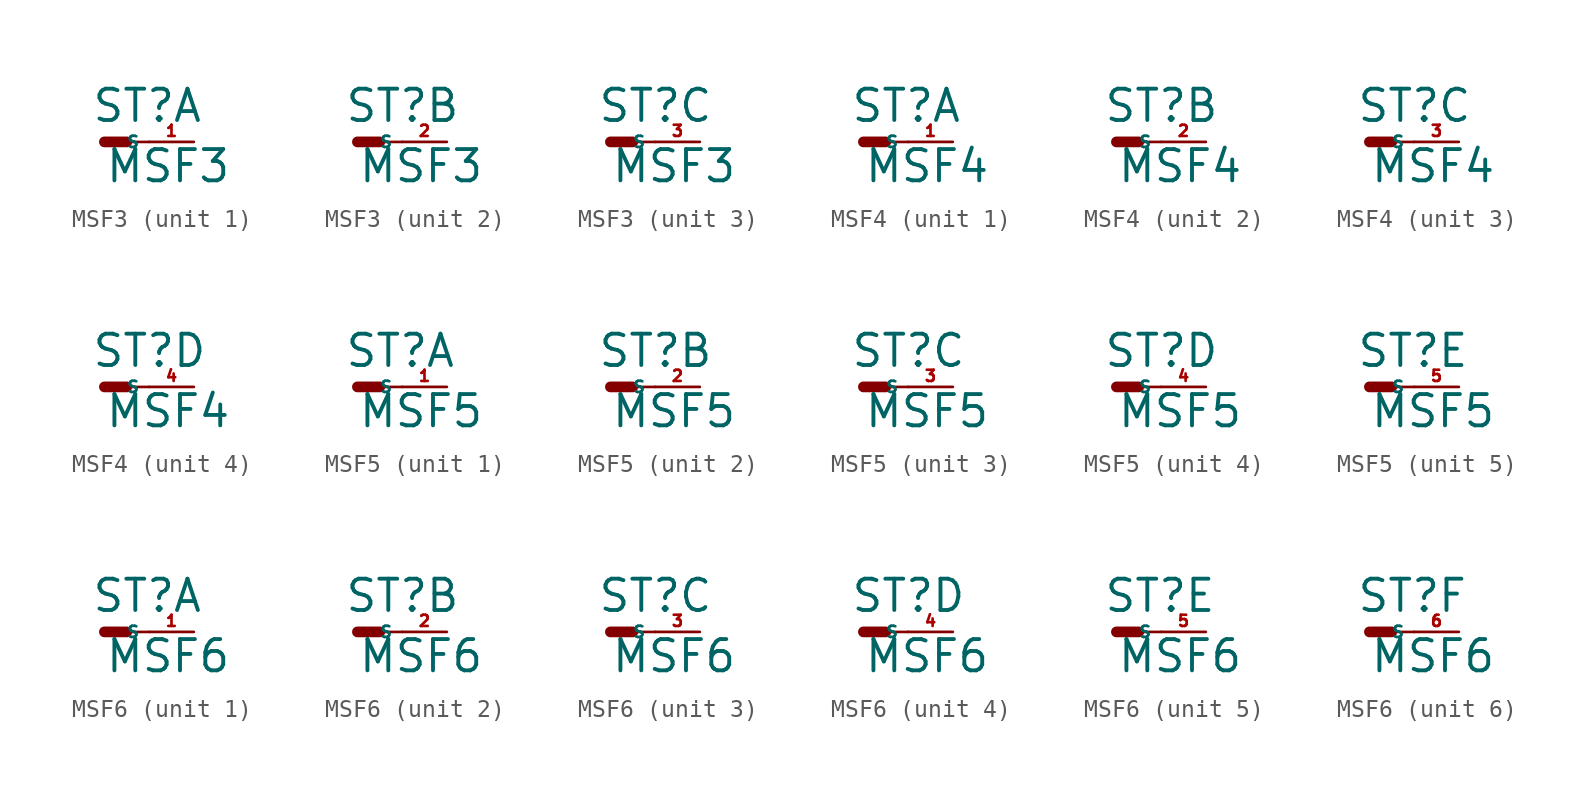
<source format=kicad_sym>
(kicad_symbol_lib
  (version 20220914)
  (generator Eagle2Kicad)
  (symbol "MSF3"
    (property "Reference" "ST"
      (at -0.762 1.016 0)
      (effects (font (size 1.778 1.778) (thickness 0.22)) (justify left bottom)))
    (property "Value" "MSF3"
      (at 0 -2.413 0)
      (effects (font (size 1.778 1.778) (thickness 0.22)) (justify left bottom)))
    (symbol "MSF3_1_0"
      (polyline (pts (xy 1.27 0) (xy 2.54 0)) (stroke (width 0.152) (type default)) (fill (type none)))
      (polyline (pts (xy 0 0) (xy 1.27 0)) (stroke (width 0.61) (type default)) (fill (type none)))
      (pin passive line (at 5.08 0 180) (length 2.54) (name "S" (effects (font (size 0.635 0.635) (thickness 0.08)) (justify left bottom))) (number "1" (effects (font (size 0.635 0.635) (thickness 0.08)) (justify left bottom)))))
    (symbol "MSF3_2_0"
      (polyline (pts (xy 1.27 0) (xy 2.54 0)) (stroke (width 0.152) (type default)) (fill (type none)))
      (polyline (pts (xy 0 0) (xy 1.27 0)) (stroke (width 0.61) (type default)) (fill (type none)))
      (pin passive line (at 5.08 0 180) (length 2.54) (name "S" (effects (font (size 0.635 0.635) (thickness 0.08)) (justify left bottom))) (number "2" (effects (font (size 0.635 0.635) (thickness 0.08)) (justify left bottom)))))
    (symbol "MSF3_3_0"
      (polyline (pts (xy 1.27 0) (xy 2.54 0)) (stroke (width 0.152) (type default)) (fill (type none)))
      (polyline (pts (xy 0 0) (xy 1.27 0)) (stroke (width 0.61) (type default)) (fill (type none)))
      (pin passive line (at 5.08 0 180) (length 2.54) (name "S" (effects (font (size 0.635 0.635) (thickness 0.08)) (justify left bottom))) (number "3" (effects (font (size 0.635 0.635) (thickness 0.08)) (justify left bottom))))))
  (symbol "MSF4"
    (property "Reference" "ST"
      (at -0.762 1.016 0)
      (effects (font (size 1.778 1.778) (thickness 0.22)) (justify left bottom)))
    (property "Value" "MSF4"
      (at 0 -2.413 0)
      (effects (font (size 1.778 1.778) (thickness 0.22)) (justify left bottom)))
    (symbol "MSF4_1_0"
      (polyline (pts (xy 1.27 0) (xy 2.54 0)) (stroke (width 0.152) (type default)) (fill (type none)))
      (polyline (pts (xy 0 0) (xy 1.27 0)) (stroke (width 0.61) (type default)) (fill (type none)))
      (pin passive line (at 5.08 0 180) (length 2.54) (name "S" (effects (font (size 0.635 0.635) (thickness 0.08)) (justify left bottom))) (number "1" (effects (font (size 0.635 0.635) (thickness 0.08)) (justify left bottom)))))
    (symbol "MSF4_2_0"
      (polyline (pts (xy 1.27 0) (xy 2.54 0)) (stroke (width 0.152) (type default)) (fill (type none)))
      (polyline (pts (xy 0 0) (xy 1.27 0)) (stroke (width 0.61) (type default)) (fill (type none)))
      (pin passive line (at 5.08 0 180) (length 2.54) (name "S" (effects (font (size 0.635 0.635) (thickness 0.08)) (justify left bottom))) (number "2" (effects (font (size 0.635 0.635) (thickness 0.08)) (justify left bottom)))))
    (symbol "MSF4_3_0"
      (polyline (pts (xy 1.27 0) (xy 2.54 0)) (stroke (width 0.152) (type default)) (fill (type none)))
      (polyline (pts (xy 0 0) (xy 1.27 0)) (stroke (width 0.61) (type default)) (fill (type none)))
      (pin passive line (at 5.08 0 180) (length 2.54) (name "S" (effects (font (size 0.635 0.635) (thickness 0.08)) (justify left bottom))) (number "3" (effects (font (size 0.635 0.635) (thickness 0.08)) (justify left bottom)))))
    (symbol "MSF4_4_0"
      (polyline (pts (xy 1.27 0) (xy 2.54 0)) (stroke (width 0.152) (type default)) (fill (type none)))
      (polyline (pts (xy 0 0) (xy 1.27 0)) (stroke (width 0.61) (type default)) (fill (type none)))
      (pin passive line (at 5.08 0 180) (length 2.54) (name "S" (effects (font (size 0.635 0.635) (thickness 0.08)) (justify left bottom))) (number "4" (effects (font (size 0.635 0.635) (thickness 0.08)) (justify left bottom))))))
  (symbol "MSF5"
    (property "Reference" "ST"
      (at -0.762 1.016 0)
      (effects (font (size 1.778 1.778) (thickness 0.22)) (justify left bottom)))
    (property "Value" "MSF5"
      (at 0 -2.413 0)
      (effects (font (size 1.778 1.778) (thickness 0.22)) (justify left bottom)))
    (symbol "MSF5_1_0"
      (polyline (pts (xy 1.27 0) (xy 2.54 0)) (stroke (width 0.152) (type default)) (fill (type none)))
      (polyline (pts (xy 0 0) (xy 1.27 0)) (stroke (width 0.61) (type default)) (fill (type none)))
      (pin passive line (at 5.08 0 180) (length 2.54) (name "S" (effects (font (size 0.635 0.635) (thickness 0.08)) (justify left bottom))) (number "1" (effects (font (size 0.635 0.635) (thickness 0.08)) (justify left bottom)))))
    (symbol "MSF5_2_0"
      (polyline (pts (xy 1.27 0) (xy 2.54 0)) (stroke (width 0.152) (type default)) (fill (type none)))
      (polyline (pts (xy 0 0) (xy 1.27 0)) (stroke (width 0.61) (type default)) (fill (type none)))
      (pin passive line (at 5.08 0 180) (length 2.54) (name "S" (effects (font (size 0.635 0.635) (thickness 0.08)) (justify left bottom))) (number "2" (effects (font (size 0.635 0.635) (thickness 0.08)) (justify left bottom)))))
    (symbol "MSF5_3_0"
      (polyline (pts (xy 1.27 0) (xy 2.54 0)) (stroke (width 0.152) (type default)) (fill (type none)))
      (polyline (pts (xy 0 0) (xy 1.27 0)) (stroke (width 0.61) (type default)) (fill (type none)))
      (pin passive line (at 5.08 0 180) (length 2.54) (name "S" (effects (font (size 0.635 0.635) (thickness 0.08)) (justify left bottom))) (number "3" (effects (font (size 0.635 0.635) (thickness 0.08)) (justify left bottom)))))
    (symbol "MSF5_4_0"
      (polyline (pts (xy 1.27 0) (xy 2.54 0)) (stroke (width 0.152) (type default)) (fill (type none)))
      (polyline (pts (xy 0 0) (xy 1.27 0)) (stroke (width 0.61) (type default)) (fill (type none)))
      (pin passive line (at 5.08 0 180) (length 2.54) (name "S" (effects (font (size 0.635 0.635) (thickness 0.08)) (justify left bottom))) (number "4" (effects (font (size 0.635 0.635) (thickness 0.08)) (justify left bottom)))))
    (symbol "MSF5_5_0"
      (polyline (pts (xy 1.27 0) (xy 2.54 0)) (stroke (width 0.152) (type default)) (fill (type none)))
      (polyline (pts (xy 0 0) (xy 1.27 0)) (stroke (width 0.61) (type default)) (fill (type none)))
      (pin passive line (at 5.08 0 180) (length 2.54) (name "S" (effects (font (size 0.635 0.635) (thickness 0.08)) (justify left bottom))) (number "5" (effects (font (size 0.635 0.635) (thickness 0.08)) (justify left bottom))))))
  (symbol "MSF6"
    (property "Reference" "ST"
      (at -0.762 1.016 0)
      (effects (font (size 1.778 1.778) (thickness 0.22)) (justify left bottom)))
    (property "Value" "MSF6"
      (at 0 -2.413 0)
      (effects (font (size 1.778 1.778) (thickness 0.22)) (justify left bottom)))
    (symbol "MSF6_1_0"
      (polyline (pts (xy 1.27 0) (xy 2.54 0)) (stroke (width 0.152) (type default)) (fill (type none)))
      (polyline (pts (xy 0 0) (xy 1.27 0)) (stroke (width 0.61) (type default)) (fill (type none)))
      (pin passive line (at 5.08 0 180) (length 2.54) (name "S" (effects (font (size 0.635 0.635) (thickness 0.08)) (justify left bottom))) (number "1" (effects (font (size 0.635 0.635) (thickness 0.08)) (justify left bottom)))))
    (symbol "MSF6_2_0"
      (polyline (pts (xy 1.27 0) (xy 2.54 0)) (stroke (width 0.152) (type default)) (fill (type none)))
      (polyline (pts (xy 0 0) (xy 1.27 0)) (stroke (width 0.61) (type default)) (fill (type none)))
      (pin passive line (at 5.08 0 180) (length 2.54) (name "S" (effects (font (size 0.635 0.635) (thickness 0.08)) (justify left bottom))) (number "2" (effects (font (size 0.635 0.635) (thickness 0.08)) (justify left bottom)))))
    (symbol "MSF6_3_0"
      (polyline (pts (xy 1.27 0) (xy 2.54 0)) (stroke (width 0.152) (type default)) (fill (type none)))
      (polyline (pts (xy 0 0) (xy 1.27 0)) (stroke (width 0.61) (type default)) (fill (type none)))
      (pin passive line (at 5.08 0 180) (length 2.54) (name "S" (effects (font (size 0.635 0.635) (thickness 0.08)) (justify left bottom))) (number "3" (effects (font (size 0.635 0.635) (thickness 0.08)) (justify left bottom)))))
    (symbol "MSF6_4_0"
      (polyline (pts (xy 1.27 0) (xy 2.54 0)) (stroke (width 0.152) (type default)) (fill (type none)))
      (polyline (pts (xy 0 0) (xy 1.27 0)) (stroke (width 0.61) (type default)) (fill (type none)))
      (pin passive line (at 5.08 0 180) (length 2.54) (name "S" (effects (font (size 0.635 0.635) (thickness 0.08)) (justify left bottom))) (number "4" (effects (font (size 0.635 0.635) (thickness 0.08)) (justify left bottom)))))
    (symbol "MSF6_5_0"
      (polyline (pts (xy 1.27 0) (xy 2.54 0)) (stroke (width 0.152) (type default)) (fill (type none)))
      (polyline (pts (xy 0 0) (xy 1.27 0)) (stroke (width 0.61) (type default)) (fill (type none)))
      (pin passive line (at 5.08 0 180) (length 2.54) (name "S" (effects (font (size 0.635 0.635) (thickness 0.08)) (justify left bottom))) (number "5" (effects (font (size 0.635 0.635) (thickness 0.08)) (justify left bottom)))))
    (symbol "MSF6_6_0"
      (polyline (pts (xy 1.27 0) (xy 2.54 0)) (stroke (width 0.152) (type default)) (fill (type none)))
      (polyline (pts (xy 0 0) (xy 1.27 0)) (stroke (width 0.61) (type default)) (fill (type none)))
      (pin passive line (at 5.08 0 180) (length 2.54) (name "S" (effects (font (size 0.635 0.635) (thickness 0.08)) (justify left bottom))) (number "6" (effects (font (size 0.635 0.635) (thickness 0.08)) (justify left bottom)))))))
</source>
